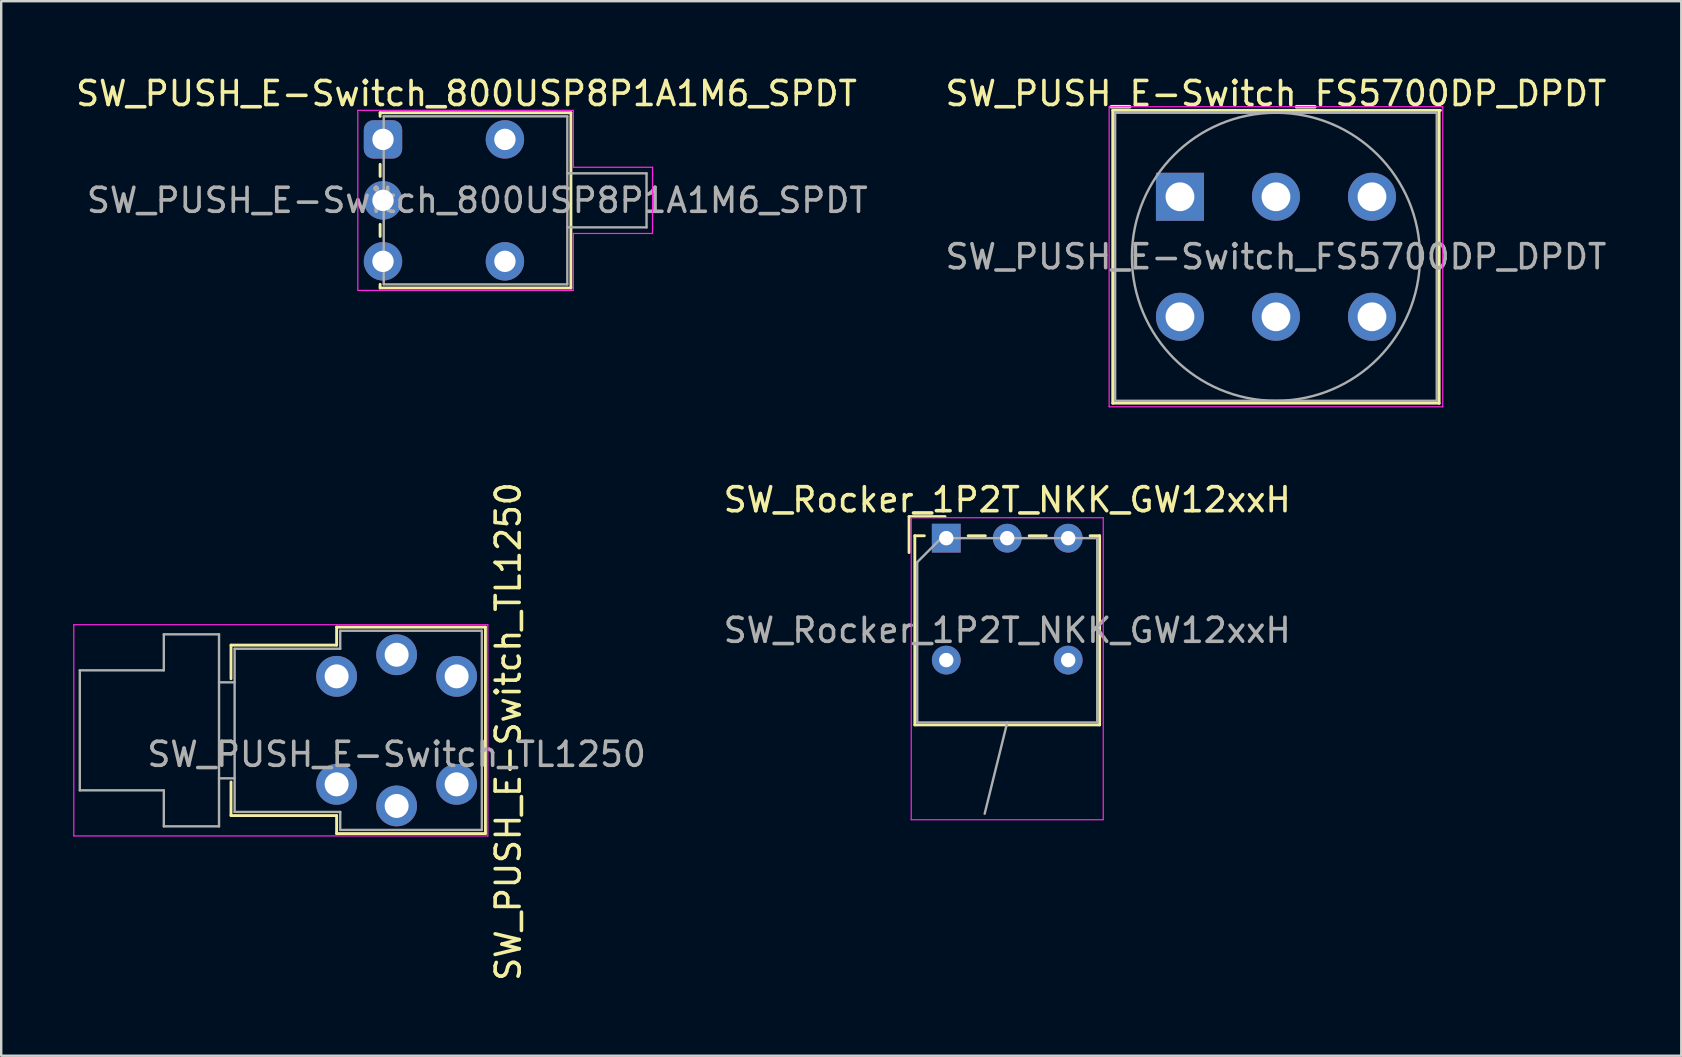
<source format=kicad_pcb>
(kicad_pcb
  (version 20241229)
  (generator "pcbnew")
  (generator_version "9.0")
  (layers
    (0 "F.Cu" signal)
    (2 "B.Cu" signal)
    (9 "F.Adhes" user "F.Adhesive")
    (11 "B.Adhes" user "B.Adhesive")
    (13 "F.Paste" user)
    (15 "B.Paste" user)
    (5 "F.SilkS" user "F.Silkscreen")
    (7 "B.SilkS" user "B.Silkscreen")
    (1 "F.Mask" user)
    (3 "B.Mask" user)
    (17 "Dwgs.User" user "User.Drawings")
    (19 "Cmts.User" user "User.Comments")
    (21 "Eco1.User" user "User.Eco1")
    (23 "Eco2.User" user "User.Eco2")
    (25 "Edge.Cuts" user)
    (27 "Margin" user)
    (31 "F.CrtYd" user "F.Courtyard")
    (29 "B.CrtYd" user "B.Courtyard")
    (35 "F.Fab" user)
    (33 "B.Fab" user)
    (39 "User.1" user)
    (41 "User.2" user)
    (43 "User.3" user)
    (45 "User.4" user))
  (footprint "SW_PUSH_E-Switch_TL1250"
    (layer "F.Cu")
    (at 10.975 25.129)
    (property "Reference" "SW_PUSH_E-Switch_TL1250" (at 7.15 2.3 90) (layer "F.SilkS") (effects (font (size 1 1) (thickness 0.15))))
    (attr through_hole)
    (fp_line (start -4.4 -1.3) (end -4.4 0.1) (stroke (width 0.12) (type solid)) (layer "F.SilkS"))
    (fp_line (start -4.4 5.8) (end -4.4 4.4) (stroke (width 0.12) (type solid)) (layer "F.SilkS"))
    (fp_line (start 0 -2.05) (end 6.2 -2.05) (stroke (width 0.12) (type solid)) (layer "F.SilkS"))
    (fp_line (start 0 -1.3) (end -4.4 -1.3) (stroke (width 0.12) (type solid)) (layer "F.SilkS"))
    (fp_line (start 0 -1.3) (end 0 -2.05) (stroke (width 0.12) (type solid)) (layer "F.SilkS"))
    (fp_line (start 0 5.8) (end -4.4 5.8) (stroke (width 0.12) (type solid)) (layer "F.SilkS"))
    (fp_line (start 0 6.55) (end 0 5.8) (stroke (width 0.12) (type solid)) (layer "F.SilkS"))
    (fp_line (start 6.2 -2.05) (end 6.2 6.55) (stroke (width 0.12) (type solid)) (layer "F.SilkS"))
    (fp_line (start 6.2 6.55) (end 0 6.55) (stroke (width 0.12) (type solid)) (layer "F.SilkS"))
    (fp_line (start -10.95 6.65) (end -10.95 -2.15) (stroke (width 0.05) (type solid)) (layer "F.CrtYd"))
    (fp_line (start 6.3 -2.15) (end -10.95 -2.15) (stroke (width 0.05) (type solid)) (layer "F.CrtYd"))
    (fp_line (start 6.3 -2.15) (end 6.3 6.65) (stroke (width 0.05) (type solid)) (layer "F.CrtYd"))
    (fp_line (start 6.3 6.65) (end -10.95 6.65) (stroke (width 0.05) (type solid)) (layer "F.CrtYd"))
    (fp_line (start -10.7 -0.25) (end -10.7 4.75) (stroke (width 0.1) (type solid)) (layer "F.Fab"))
    (fp_line (start -10.7 4.75) (end -7.2 4.75) (stroke (width 0.1) (type solid)) (layer "F.Fab"))
    (fp_line (start -7.2 -1.75) (end -7.2 -0.25) (stroke (width 0.1) (type solid)) (layer "F.Fab"))
    (fp_line (start -7.2 -0.25) (end -10.7 -0.25) (stroke (width 0.1) (type solid)) (layer "F.Fab"))
    (fp_line (start -7.2 4.75) (end -7.2 6.25) (stroke (width 0.1) (type solid)) (layer "F.Fab"))
    (fp_line (start -7.2 6.25) (end -4.9 6.25) (stroke (width 0.1) (type solid)) (layer "F.Fab"))
    (fp_line (start -4.9 -1.75) (end -7.2 -1.75) (stroke (width 0.1) (type solid)) (layer "F.Fab"))
    (fp_line (start -4.9 0.25) (end -4.25 0.25) (stroke (width 0.1) (type solid)) (layer "F.Fab"))
    (fp_line (start -4.9 4.25) (end -4.25 4.25) (stroke (width 0.1) (type solid)) (layer "F.Fab"))
    (fp_line (start -4.9 6.25) (end -4.9 -1.75) (stroke (width 0.1) (type solid)) (layer "F.Fab"))
    (fp_line (start -4.25 -1.15) (end -4.25 5.65) (stroke (width 0.1) (type solid)) (layer "F.Fab"))
    (fp_line (start -4.25 5.65) (end 0.15 5.65) (stroke (width 0.1) (type solid)) (layer "F.Fab"))
    (fp_line (start 0.15 -1.9) (end 0.15 -1.15) (stroke (width 0.1) (type solid)) (layer "F.Fab"))
    (fp_line (start 0.15 -1.15) (end -4.25 -1.15) (stroke (width 0.1) (type solid)) (layer "F.Fab"))
    (fp_line (start 0.15 5.65) (end 0.15 6.4) (stroke (width 0.1) (type solid)) (layer "F.Fab"))
    (fp_line (start 0.15 6.4) (end 6.05 6.4) (stroke (width 0.1) (type solid)) (layer "F.Fab"))
    (fp_line (start 6.05 -1.9) (end 0.15 -1.9) (stroke (width 0.1) (type solid)) (layer "F.Fab"))
    (fp_line (start 6.05 6.4) (end 6.05 -1.9) (stroke (width 0.1) (type solid)) (layer "F.Fab"))
    (fp_text user "${REFERENCE}" (at 2.5 3.25 0) (layer "F.Fab") (effects (font (size 1 1) (thickness 0.15))))
    (pad "1" thru_hole circle (at 0 0) (size 1.7 1.7) (drill 1) (layers "*.Cu" "*.Mask"))
    (pad "1" thru_hole circle (at 5 0) (size 1.7 1.7) (drill 1) (layers "*.Cu" "*.Mask"))
    (pad "2" thru_hole circle (at 0 4.5) (size 1.7 1.7) (drill 1) (layers "*.Cu" "*.Mask"))
    (pad "2" thru_hole circle (at 5 4.5) (size 1.7 1.7) (drill 1) (layers "*.Cu" "*.Mask"))
    (pad "3" thru_hole circle (at 2.5 -0.9) (size 1.7 1.7) (drill 1) (layers "*.Cu" "*.Mask"))
    (pad "4" thru_hole circle (at 2.5 5.4) (size 1.7 1.7) (drill 1) (layers "*.Cu" "*.Mask")))
  (footprint "SW_PUSH_E-Switch_FS5700DP_DPDT"
    (layer "F.Cu")
    (at 46.111 5.148)
    (property "Reference" "SW_PUSH_E-Switch_FS5700DP_DPDT" (at 4 -4.3 0) (layer "F.SilkS") (effects (font (size 1 1) (thickness 0.15))))
    (attr through_hole)
    (fp_line (start -2.8 -3.6) (end -2.8 8.6) (stroke (width 0.12) (type solid)) (layer "F.SilkS"))
    (fp_line (start -2.8 -3.6) (end 10.853 -3.6) (stroke (width 0.12) (type solid)) (layer "F.SilkS"))
    (fp_line (start 10.8 8.6) (end -2.8 8.6) (stroke (width 0.12) (type solid)) (layer "F.SilkS"))
    (fp_line (start 10.8 8.607) (end 10.8 -3.6) (stroke (width 0.12) (type solid)) (layer "F.SilkS"))
    (fp_line (start -2.95 -3.75) (end 10.95 -3.75) (stroke (width 0.05) (type solid)) (layer "F.CrtYd"))
    (fp_line (start -2.95 8.75) (end -2.95 -3.75) (stroke (width 0.05) (type solid)) (layer "F.CrtYd"))
    (fp_line (start 10.95 -3.75) (end 10.95 8.75) (stroke (width 0.05) (type solid)) (layer "F.CrtYd"))
    (fp_line (start 10.95 8.75) (end -2.95 8.75) (stroke (width 0.05) (type solid)) (layer "F.CrtYd"))
    (fp_line (start -2.7 -3.5) (end 10.7 -3.5) (stroke (width 0.1) (type solid)) (layer "F.Fab"))
    (fp_line (start -2.7 8.5) (end -2.7 -3.5) (stroke (width 0.1) (type solid)) (layer "F.Fab"))
    (fp_line (start 10.7 -3.5) (end 10.7 8.5) (stroke (width 0.1) (type solid)) (layer "F.Fab"))
    (fp_line (start 10.7 8.5) (end -2.7 8.5) (stroke (width 0.1) (type solid)) (layer "F.Fab"))
    (fp_circle (center 4 2.5) (end 10 2.6) (stroke (width 0.1) (type solid)) (fill no) (layer "F.Fab"))
    (fp_text user "${REFERENCE}" (at 4 2.5 0) (layer "F.Fab") (effects (font (size 1 1) (thickness 0.15))))
    (pad "1" thru_hole rect (at 0 0) (size 2 2) (drill 1.2) (layers "*.Cu" "*.Mask"))
    (pad "2" thru_hole circle (at 4 0) (size 2 2) (drill 1.2) (layers "*.Cu" "*.Mask"))
    (pad "3" thru_hole circle (at 8 0) (size 2 2) (drill 1.2) (layers "*.Cu" "*.Mask"))
    (pad "4" thru_hole circle (at 0 5) (size 2 2) (drill 1.2) (layers "*.Cu" "*.Mask"))
    (pad "5" thru_hole circle (at 4 5) (size 2 2) (drill 1.2) (layers "*.Cu" "*.Mask"))
    (pad "6" thru_hole circle (at 8 5) (size 2 2) (drill 1.2) (layers "*.Cu" "*.Mask")))
  (footprint "SW_PUSH_E-Switch_800USP8P1A1M6_SPDT"
    (layer "F.Cu")
    (at 12.907 2.758)
    (property "Reference" "SW_PUSH_E-Switch_800USP8P1A1M6_SPDT" (at 3.48 -1.91 180) (layer "F.SilkS") (effects (font (size 1 1) (thickness 0.15))))
    (attr through_hole)
    (fp_line (start -0.12 -1.11) (end -0.12 -0.96) (stroke (width 0.12) (type solid)) (layer "F.SilkS"))
    (fp_line (start -0.12 1.54) (end -0.12 1.04) (stroke (width 0.12) (type solid)) (layer "F.SilkS"))
    (fp_line (start -0.12 4.04) (end -0.12 3.54) (stroke (width 0.12) (type solid)) (layer "F.SilkS"))
    (fp_line (start -0.12 6.19) (end -0.12 6.04) (stroke (width 0.12) (type solid)) (layer "F.SilkS"))
    (fp_line (start -0.12 6.19) (end 7.83 6.19) (stroke (width 0.12) (type solid)) (layer "F.SilkS"))
    (fp_line (start 7.83 -1.11) (end -0.12 -1.11) (stroke (width 0.12) (type solid)) (layer "F.SilkS"))
    (fp_line (start 7.83 6.19) (end 7.83 -1.11) (stroke (width 0.12) (type solid)) (layer "F.SilkS"))
    (fp_line (start -1.05 -1.21) (end 7.93 -1.21) (stroke (width 0.05) (type solid)) (layer "F.CrtYd"))
    (fp_line (start -1.05 6.29) (end -1.05 -1.21) (stroke (width 0.05) (type solid)) (layer "F.CrtYd"))
    (fp_line (start 7.93 -1.21) (end 7.93 1.16) (stroke (width 0.05) (type solid)) (layer "F.CrtYd"))
    (fp_line (start 7.93 1.16) (end 11.23 1.16) (stroke (width 0.05) (type solid)) (layer "F.CrtYd"))
    (fp_line (start 7.93 3.92) (end 7.93 6.29) (stroke (width 0.05) (type solid)) (layer "F.CrtYd"))
    (fp_line (start 7.93 6.29) (end -1.05 6.29) (stroke (width 0.05) (type solid)) (layer "F.CrtYd"))
    (fp_line (start 11.23 1.16) (end 11.23 3.92) (stroke (width 0.05) (type solid)) (layer "F.CrtYd"))
    (fp_line (start 11.23 3.92) (end 7.93 3.92) (stroke (width 0.05) (type solid)) (layer "F.CrtYd"))
    (fp_line (start 0.03 -0.96) (end 7.68 -0.96) (stroke (width 0.1) (type solid)) (layer "F.Fab"))
    (fp_line (start 0.03 6.04) (end 0.03 -0.96) (stroke (width 0.1) (type solid)) (layer "F.Fab"))
    (fp_line (start 7.68 -0.96) (end 7.68 6.04) (stroke (width 0.1) (type solid)) (layer "F.Fab"))
    (fp_line (start 7.68 6.04) (end 0.03 6.04) (stroke (width 0.1) (type solid)) (layer "F.Fab"))
    (fp_line (start 10.98 1.415) (end 7.68 1.415) (stroke (width 0.1) (type solid)) (layer "F.Fab"))
    (fp_line (start 10.98 3.665) (end 7.68 3.665) (stroke (width 0.1) (type solid)) (layer "F.Fab"))
    (fp_line (start 10.98 3.665) (end 10.98 1.415) (stroke (width 0.1) (type solid)) (layer "F.Fab"))
    (fp_text user "${REFERENCE}" (at 3.93 2.54 180) (layer "F.Fab") (effects (font (size 1 1) (thickness 0.15))))
    (pad "" thru_hole circle (at 5.08 0 180) (size 1.6 1.6) (drill 0.89) (layers "*.Cu" "*.Mask"))
    (pad "" thru_hole circle (at 5.08 5.08 180) (size 1.6 1.6) (drill 0.89) (layers "*.Cu" "*.Mask"))
    (pad "1" thru_hole roundrect (at 0 0 180) (size 1.6 1.6) (drill 0.89) (layers "*.Cu" "*.Mask") (roundrect_rratio 0.25))
    (pad "2" thru_hole circle (at 0 2.54 180) (size 1.6 1.6) (drill 0.89) (layers "*.Cu" "*.Mask"))
    (pad "3" thru_hole circle (at 0 5.08 180) (size 1.6 1.6) (drill 0.89) (layers "*.Cu" "*.Mask")))
  (footprint "SW_Rocker_1P2T_NKK_GW12xxH"
    (layer "F.Cu")
    (at 36.375 19.372)
    (property "Reference" "SW_Rocker_1P2T_NKK_GW12xxH" (at 2.54 -1.6 0) (layer "F.SilkS") (effects (font (size 1 1) (thickness 0.15))))
    (attr through_hole)
    (fp_line (start -1.55 -0.9) (end -0.05 -0.9) (stroke (width 0.12) (type solid)) (layer "F.SilkS"))
    (fp_line (start -1.55 0.6) (end -1.55 -0.9) (stroke (width 0.12) (type solid)) (layer "F.SilkS"))
    (fp_line (start -1.31 -0.1) (end -1.31 7.78) (stroke (width 0.12) (type solid)) (layer "F.SilkS"))
    (fp_line (start -1.31 -0.1) (end -0.914 -0.1) (stroke (width 0.12) (type solid)) (layer "F.SilkS"))
    (fp_line (start -1.31 7.78) (end 6.39 7.78) (stroke (width 0.12) (type solid)) (layer "F.SilkS"))
    (fp_line (start 0.914 -0.1) (end 1.627 -0.1) (stroke (width 0.12) (type solid)) (layer "F.SilkS"))
    (fp_line (start 3.454 -0.1) (end 4.167 -0.1) (stroke (width 0.12) (type solid)) (layer "F.SilkS"))
    (fp_line (start 5.994 -0.1) (end 6.39 -0.1) (stroke (width 0.12) (type solid)) (layer "F.SilkS"))
    (fp_line (start 6.39 -0.1) (end 6.39 7.78) (stroke (width 0.12) (type solid)) (layer "F.SilkS"))
    (fp_line (start -1.46 -0.85) (end -1.46 11.73) (stroke (width 0.05) (type solid)) (layer "F.CrtYd"))
    (fp_line (start -1.46 11.73) (end 6.54 11.73) (stroke (width 0.05) (type solid)) (layer "F.CrtYd"))
    (fp_line (start 6.54 -0.85) (end -1.46 -0.85) (stroke (width 0.05) (type solid)) (layer "F.CrtYd"))
    (fp_line (start 6.54 11.73) (end 6.54 -0.85) (stroke (width 0.05) (type solid)) (layer "F.CrtYd"))
    (fp_line (start -1.21 1) (end -0.21 0) (stroke (width 0.1) (type solid)) (layer "F.Fab"))
    (fp_line (start -1.21 7.68) (end -1.21 1) (stroke (width 0.1) (type solid)) (layer "F.Fab"))
    (fp_line (start -0.21 0) (end 6.29 0) (stroke (width 0.1) (type solid)) (layer "F.Fab"))
    (fp_line (start 2.54 7.68) (end 1.6 11.48) (stroke (width 0.1) (type solid)) (layer "F.Fab"))
    (fp_line (start 6.29 0) (end 6.29 7.68) (stroke (width 0.1) (type solid)) (layer "F.Fab"))
    (fp_line (start 6.29 7.68) (end -1.21 7.68) (stroke (width 0.1) (type solid)) (layer "F.Fab"))
    (fp_text user "${REFERENCE}" (at 2.54 3.84 0) (layer "F.Fab") (effects (font (size 1 1) (thickness 0.15))))
    (pad "" thru_hole circle (at 0 5.08) (size 1.2 1.2) (drill 0.6) (layers "*.Cu" "*.Mask"))
    (pad "" thru_hole circle (at 5.08 5.08) (size 1.2 1.2) (drill 0.6) (layers "*.Cu" "*.Mask"))
    (pad "1" thru_hole rect (at 0 0) (size 1.2 1.2) (drill 0.6) (layers "*.Cu" "*.Mask"))
    (pad "2" thru_hole circle (at 2.54 0) (size 1.2 1.2) (drill 0.6) (layers "*.Cu" "*.Mask"))
    (pad "3" thru_hole circle (at 5.08 0) (size 1.2 1.2) (drill 0.6) (layers "*.Cu" "*.Mask")))
  (gr_rect
    (start -3 -3)
    (end 66.998 40.935)
    (stroke (width 0.1) (type default))
    (fill no)
    (layer "Edge.Cuts")))
</source>
